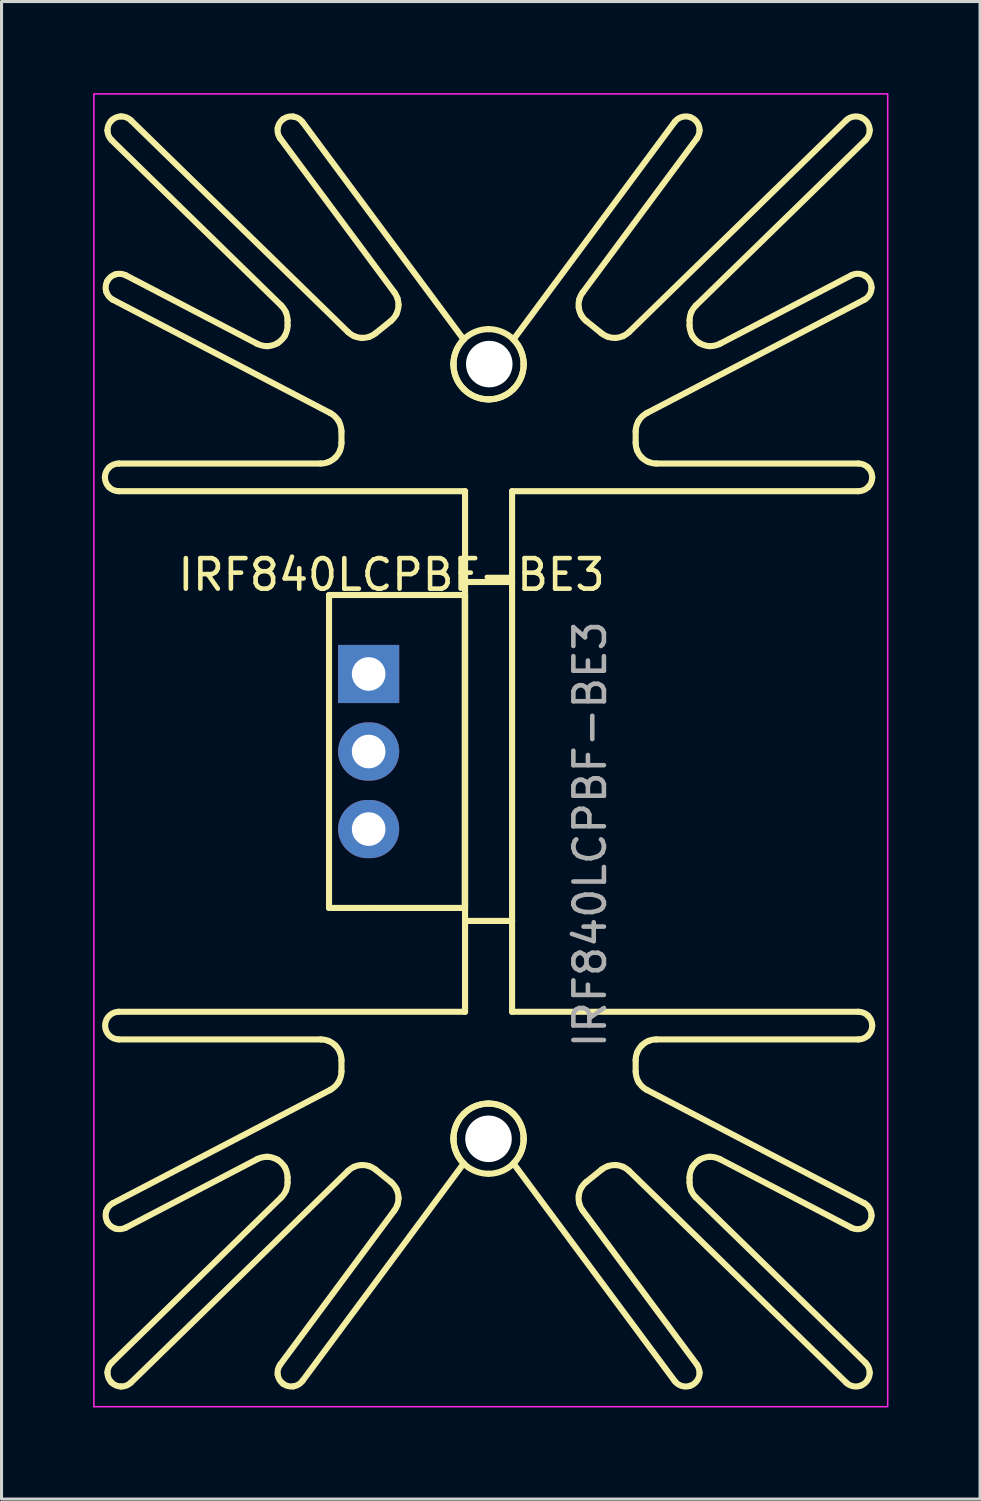
<source format=kicad_pcb>
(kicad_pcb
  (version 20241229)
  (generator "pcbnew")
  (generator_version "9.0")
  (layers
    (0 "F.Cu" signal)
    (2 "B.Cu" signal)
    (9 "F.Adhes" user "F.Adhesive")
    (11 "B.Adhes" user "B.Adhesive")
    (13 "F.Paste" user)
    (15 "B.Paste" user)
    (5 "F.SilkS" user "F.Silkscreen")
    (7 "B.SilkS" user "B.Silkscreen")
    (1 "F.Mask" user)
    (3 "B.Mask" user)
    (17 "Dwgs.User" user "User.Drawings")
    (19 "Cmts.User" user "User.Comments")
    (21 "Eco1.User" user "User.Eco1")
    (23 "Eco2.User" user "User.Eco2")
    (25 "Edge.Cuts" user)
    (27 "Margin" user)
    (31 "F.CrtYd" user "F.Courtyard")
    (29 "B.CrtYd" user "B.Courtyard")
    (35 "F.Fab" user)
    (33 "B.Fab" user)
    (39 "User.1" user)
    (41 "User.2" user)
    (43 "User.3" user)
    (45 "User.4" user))
  (footprint "IRF840LCPBF-BE3"
    (layer "F.Cu")
    (at 9.025 19.025)
    (property "Reference" "IRF840LCPBF-BE3" (at 0.75 -3.25 0) (unlocked yes) (layer "F.SilkS") (effects (font (size 1 1) (thickness 0.15))))
    (attr through_hole)
    (fp_line (start -8.419 22.561) (end -2.861 17.142) (stroke (width 0.2) (type solid)) (layer "F.SilkS"))
    (fp_line (start -8.372 17.33) (end -1.257 13.622) (stroke (width 0.2) (type solid)) (layer "F.SilkS"))
    (fp_line (start -8.186 -6.893) (end -1.571 -6.893) (stroke (width 0.2) (type solid)) (layer "F.SilkS"))
    (fp_line (start -7.953 -13.057) (end -3.649 -10.814) (stroke (width 0.2) (type solid)) (layer "F.SilkS"))
    (fp_line (start -7.786 -18.133) (end -0.676 -11.2) (stroke (width 0.2) (type solid)) (layer "F.SilkS"))
    (fp_line (start -3.649 15.89) (end -7.953 18.134) (stroke (width 0.2) (type solid)) (layer "F.SilkS"))
    (fp_line (start -2.895 22.616) (end 0.845 17.57) (stroke (width 0.2) (type solid)) (layer "F.SilkS"))
    (fp_line (start -2.861 -12.065) (end -8.419 -17.485) (stroke (width 0.2) (type solid)) (layer "F.SilkS"))
    (fp_line (start -2.656 -11.579) (end -2.656 -11.416) (stroke (width 0.2) (type solid)) (layer "F.SilkS"))
    (fp_line (start -2.656 16.493) (end -2.656 16.655) (stroke (width 0.2) (type solid)) (layer "F.SilkS"))
    (fp_line (start -2.168 -18.079) (end 3.112 -10.956) (stroke (width 0.2) (type solid)) (layer "F.SilkS"))
    (fp_line (start -1.571 11.97) (end -8.186 11.97) (stroke (width 0.2) (type solid)) (layer "F.SilkS"))
    (fp_line (start -1.298 7.663) (end -1.298 -2.587) (stroke (width 0.2) (type solid)) (layer "F.SilkS"))
    (fp_line (start -1.257 -8.546) (end -8.372 -12.254) (stroke (width 0.2) (type solid)) (layer "F.SilkS"))
    (fp_line (start -0.891 -7.943) (end -0.891 -7.573) (stroke (width 0.2) (type solid)) (layer "F.SilkS"))
    (fp_line (start -0.891 12.649) (end -0.891 13.019) (stroke (width 0.2) (type solid)) (layer "F.SilkS"))
    (fp_line (start -0.676 16.277) (end -7.786 23.209) (stroke (width 0.2) (type solid)) (layer "F.SilkS"))
    (fp_line (start -0.003 -2.587) (end -1.298 -2.587) (stroke (width 0.2) (type solid)) (layer "F.SilkS"))
    (fp_line (start -0.003 7.663) (end -1.298 7.663) (stroke (width 0.2) (type solid)) (layer "F.SilkS"))
    (fp_line (start 0.224 16.233) (end 0.724 16.636) (stroke (width 0.2) (type solid)) (layer "F.SilkS"))
    (fp_line (start 0.724 -11.559) (end 0.224 -11.157) (stroke (width 0.2) (type solid)) (layer "F.SilkS"))
    (fp_line (start 0.845 -12.494) (end -2.895 -17.539) (stroke (width 0.2) (type solid)) (layer "F.SilkS"))
    (fp_line (start 3.112 16.032) (end -2.168 23.155) (stroke (width 0.2) (type solid)) (layer "F.SilkS"))
    (fp_line (start 3.147 -2.587) (end -0.003 -2.587) (stroke (width 0.2) (type solid)) (layer "F.SilkS"))
    (fp_line (start 3.147 7.653) (end 3.157 7.653) (stroke (width 0.2) (type solid)) (layer "F.SilkS"))
    (fp_line (start 3.147 7.663) (end -0.003 7.663) (stroke (width 0.2) (type solid)) (layer "F.SilkS"))
    (fp_line (start 3.147 7.663) (end 3.147 -2.587) (stroke (width 0.2) (type solid)) (layer "F.SilkS"))
    (fp_line (start 3.157 -5.987) (end -8.186 -5.987) (stroke (width 0.2) (type solid)) (layer "F.SilkS"))
    (fp_line (start 3.157 -5.987) (end 3.157 -3.012) (stroke (width 0.2) (type solid)) (layer "F.SilkS"))
    (fp_line (start 3.157 -3.012) (end 3.157 8.088) (stroke (width 0.2) (type solid)) (layer "F.SilkS"))
    (fp_line (start 3.157 -3.012) (end 4.697 -3.012) (stroke (width 0.2) (type solid)) (layer "F.SilkS"))
    (fp_line (start 3.157 8.088) (end 3.157 11.064) (stroke (width 0.2) (type solid)) (layer "F.SilkS"))
    (fp_line (start 3.157 8.088) (end 4.697 8.088) (stroke (width 0.2) (type solid)) (layer "F.SilkS"))
    (fp_line (start 3.157 11.064) (end -8.186 11.064) (stroke (width 0.2) (type solid)) (layer "F.SilkS"))
    (fp_line (start 3.157 -2.577) (end 3.147 -2.577) (stroke (width 0.2) (type solid)) (layer "F.SilkS"))
    (fp_line (start 3.157 7.653) (end 3.157 -2.577) (stroke (width 0.2) (type solid)) (layer "F.SilkS"))
    (fp_line (start 4.697 -5.987) (end 4.697 -3.012) (stroke (width 0.2) (type solid)) (layer "F.SilkS"))
    (fp_line (start 4.697 -3.012) (end 4.697 8.088) (stroke (width 0.2) (type solid)) (layer "F.SilkS"))
    (fp_line (start 4.697 8.088) (end 4.697 11.064) (stroke (width 0.2) (type solid)) (layer "F.SilkS"))
    (fp_line (start 4.697 11.064) (end 16.04 11.064) (stroke (width 0.2) (type solid)) (layer "F.SilkS"))
    (fp_line (start 4.742 -10.956) (end 10.021 -18.079) (stroke (width 0.2) (type solid)) (layer "F.SilkS"))
    (fp_line (start 7.009 17.57) (end 10.749 22.616) (stroke (width 0.2) (type solid)) (layer "F.SilkS"))
    (fp_line (start 7.13 16.636) (end 7.63 16.233) (stroke (width 0.2) (type solid)) (layer "F.SilkS"))
    (fp_line (start 7.63 -11.157) (end 7.13 -11.559) (stroke (width 0.2) (type solid)) (layer "F.SilkS"))
    (fp_line (start 8.53 -11.2) (end 15.64 -18.133) (stroke (width 0.2) (type solid)) (layer "F.SilkS"))
    (fp_line (start 8.745 -7.573) (end 8.745 -7.943) (stroke (width 0.2) (type solid)) (layer "F.SilkS"))
    (fp_line (start 8.745 13.019) (end 8.745 12.649) (stroke (width 0.2) (type solid)) (layer "F.SilkS"))
    (fp_line (start 9.11 13.622) (end 16.226 17.33) (stroke (width 0.2) (type solid)) (layer "F.SilkS"))
    (fp_line (start 9.424 -6.893) (end 16.04 -6.893) (stroke (width 0.2) (type solid)) (layer "F.SilkS"))
    (fp_line (start 10.021 23.155) (end 4.742 16.032) (stroke (width 0.2) (type solid)) (layer "F.SilkS"))
    (fp_line (start 10.51 -11.416) (end 10.51 -11.579) (stroke (width 0.2) (type solid)) (layer "F.SilkS"))
    (fp_line (start 10.51 16.655) (end 10.51 16.493) (stroke (width 0.2) (type solid)) (layer "F.SilkS"))
    (fp_line (start 10.715 17.142) (end 16.273 22.561) (stroke (width 0.2) (type solid)) (layer "F.SilkS"))
    (fp_line (start 10.749 -17.539) (end 7.009 -12.494) (stroke (width 0.2) (type solid)) (layer "F.SilkS"))
    (fp_line (start 11.503 -10.814) (end 15.807 -13.057) (stroke (width 0.2) (type solid)) (layer "F.SilkS"))
    (fp_line (start 15.64 23.209) (end 8.53 16.277) (stroke (width 0.2) (type solid)) (layer "F.SilkS"))
    (fp_line (start 15.807 18.134) (end 11.503 15.89) (stroke (width 0.2) (type solid)) (layer "F.SilkS"))
    (fp_line (start 16.04 -5.987) (end 4.697 -5.987) (stroke (width 0.2) (type solid)) (layer "F.SilkS"))
    (fp_line (start 16.04 11.97) (end 9.424 11.97) (stroke (width 0.2) (type solid)) (layer "F.SilkS"))
    (fp_line (start 16.226 -12.254) (end 9.11 -8.546) (stroke (width 0.2) (type solid)) (layer "F.SilkS"))
    (fp_line (start 16.273 -17.485) (end 10.715 -12.065) (stroke (width 0.2) (type solid)) (layer "F.SilkS"))
    (fp_arc (start -8.18567 11.96955) (mid -8.63863 11.51659) (end -8.18567 11.06363) (stroke (width 0.2) (type solid)) (layer "F.SilkS"))
    (fp_arc (start 2.77693 -10.144) (mid 2.864089 -10.583168) (end 3.112353 -10.955767) (stroke (width 0.2) (type solid)) (layer "F.SilkS"))
    (fp_arc (start 2.77693 15.2202) (mid 3.92693 14.0702) (end 5.07693 15.2202) (stroke (width 0.2) (type solid)) (layer "F.SilkS"))
    (fp_arc (start 4.741507 -10.955767) (mid 4.989771 -10.583168) (end 5.07693 -10.144) (stroke (width 0.2) (type solid)) (layer "F.SilkS"))
    (fp_arc (start 5.07693 -10.144) (mid 3.92693 -8.994) (end 2.77693 -10.144) (stroke (width 0.2) (type solid)) (layer "F.SilkS"))
    (fp_arc (start 5.07693 15.2202) (mid 4.989771 15.659368) (end 4.741507 16.031967) (stroke (width 0.2) (type solid)) (layer "F.SilkS"))
    (fp_curve (pts (xy -8.639 -6.44) (xy -8.639 -6.559) (xy -8.59 -6.677) (xy -8.506 -6.761)) (stroke (width 0.2) (type solid)) (layer "F.SilkS"))
    (fp_curve (pts (xy -8.595 -12.52) (xy -8.63 -12.633) (xy -8.619 -12.76) (xy -8.564 -12.865)) (stroke (width 0.2) (type solid)) (layer "F.SilkS"))
    (fp_curve (pts (xy -8.595 17.596) (xy -8.559 17.483) (xy -8.477 17.385) (xy -8.372 17.33)) (stroke (width 0.2) (type solid)) (layer "F.SilkS"))
    (fp_curve (pts (xy -8.564 -12.865) (xy -8.51 -12.97) (xy -8.412 -13.052) (xy -8.299 -13.088)) (stroke (width 0.2) (type solid)) (layer "F.SilkS"))
    (fp_curve (pts (xy -8.564 17.941) (xy -8.619 17.836) (xy -8.63 17.709) (xy -8.595 17.596)) (stroke (width 0.2) (type solid)) (layer "F.SilkS"))
    (fp_curve (pts (xy -8.556 -17.803) (xy -8.557 -17.922) (xy -8.51 -18.04) (xy -8.427 -18.125)) (stroke (width 0.2) (type solid)) (layer "F.SilkS"))
    (fp_curve (pts (xy -8.556 22.879) (xy -8.554 22.761) (xy -8.504 22.644) (xy -8.419 22.561)) (stroke (width 0.2) (type solid)) (layer "F.SilkS"))
    (fp_curve (pts (xy -8.506 -6.761) (xy -8.422 -6.845) (xy -8.304 -6.893) (xy -8.186 -6.893)) (stroke (width 0.2) (type solid)) (layer "F.SilkS"))
    (fp_curve (pts (xy -8.506 -6.12) (xy -8.59 -6.204) (xy -8.639 -6.322) (xy -8.639 -6.44)) (stroke (width 0.2) (type solid)) (layer "F.SilkS"))
    (fp_curve (pts (xy -8.427 -18.125) (xy -8.344 -18.21) (xy -8.227 -18.26) (xy -8.108 -18.262)) (stroke (width 0.2) (type solid)) (layer "F.SilkS"))
    (fp_curve (pts (xy -8.427 23.201) (xy -8.51 23.116) (xy -8.557 22.998) (xy -8.556 22.879)) (stroke (width 0.2) (type solid)) (layer "F.SilkS"))
    (fp_curve (pts (xy -8.419 -17.485) (xy -8.504 -17.567) (xy -8.554 -17.685) (xy -8.556 -17.803)) (stroke (width 0.2) (type solid)) (layer "F.SilkS"))
    (fp_curve (pts (xy -8.372 -12.254) (xy -8.477 -12.309) (xy -8.559 -12.407) (xy -8.595 -12.52)) (stroke (width 0.2) (type solid)) (layer "F.SilkS"))
    (fp_curve (pts (xy -8.299 -13.088) (xy -8.186 -13.123) (xy -8.059 -13.112) (xy -7.953 -13.057)) (stroke (width 0.2) (type solid)) (layer "F.SilkS"))
    (fp_curve (pts (xy -8.299 18.164) (xy -8.412 18.128) (xy -8.51 18.046) (xy -8.564 17.941)) (stroke (width 0.2) (type solid)) (layer "F.SilkS"))
    (fp_curve (pts (xy -8.186 -5.987) (xy -8.304 -5.987) (xy -8.422 -6.036) (xy -8.506 -6.12)) (stroke (width 0.2) (type solid)) (layer "F.SilkS"))
    (fp_curve (pts (xy -8.108 -18.262) (xy -7.99 -18.263) (xy -7.871 -18.216) (xy -7.786 -18.133)) (stroke (width 0.2) (type solid)) (layer "F.SilkS"))
    (fp_curve (pts (xy -8.108 23.338) (xy -8.227 23.337) (xy -8.344 23.286) (xy -8.427 23.201)) (stroke (width 0.2) (type solid)) (layer "F.SilkS"))
    (fp_curve (pts (xy -7.953 18.134) (xy -8.059 18.188) (xy -8.186 18.2) (xy -8.299 18.164)) (stroke (width 0.2) (type solid)) (layer "F.SilkS"))
    (fp_curve (pts (xy -7.786 23.209) (xy -7.871 23.292) (xy -7.99 23.34) (xy -8.108 23.338)) (stroke (width 0.2) (type solid)) (layer "F.SilkS"))
    (fp_curve (pts (xy -3.649 15.89) (xy -3.491 15.808) (xy -3.313 15.814) (xy -3.313 15.814)) (stroke (width 0.2) (type solid)) (layer "F.SilkS"))
    (fp_curve (pts (xy -3.313 -10.737) (xy -3.491 -10.732) (xy -3.649 -10.814) (xy -3.649 -10.814)) (stroke (width 0.2) (type solid)) (layer "F.SilkS"))
    (fp_curve (pts (xy -3.313 15.814) (xy -3.135 15.819) (xy -2.983 15.912) (xy -2.983 15.912)) (stroke (width 0.2) (type solid)) (layer "F.SilkS"))
    (fp_curve (pts (xy -2.983 -10.836) (xy -3.135 -10.743) (xy -3.313 -10.737) (xy -3.313 -10.737)) (stroke (width 0.2) (type solid)) (layer "F.SilkS"))
    (fp_curve (pts (xy -2.983 15.912) (xy -2.83 16.004) (xy -2.743 16.159) (xy -2.743 16.159)) (stroke (width 0.2) (type solid)) (layer "F.SilkS"))
    (fp_curve (pts (xy -2.98 -17.876) (xy -2.962 -17.993) (xy -2.897 -18.102) (xy -2.801 -18.173)) (stroke (width 0.2) (type solid)) (layer "F.SilkS"))
    (fp_curve (pts (xy -2.98 22.952) (xy -2.997 22.835) (xy -2.966 22.711) (xy -2.895 22.616)) (stroke (width 0.2) (type solid)) (layer "F.SilkS"))
    (fp_curve (pts (xy -2.895 -17.539) (xy -2.966 -17.635) (xy -2.997 -17.758) (xy -2.98 -17.876)) (stroke (width 0.2) (type solid)) (layer "F.SilkS"))
    (fp_curve (pts (xy -2.861 -12.065) (xy -2.762 -11.97) (xy -2.709 -11.843) (xy -2.709 -11.843)) (stroke (width 0.2) (type solid)) (layer "F.SilkS"))
    (fp_curve (pts (xy -2.801 -18.173) (xy -2.706 -18.244) (xy -2.582 -18.275) (xy -2.465 -18.257)) (stroke (width 0.2) (type solid)) (layer "F.SilkS"))
    (fp_curve (pts (xy -2.801 23.249) (xy -2.897 23.179) (xy -2.962 23.069) (xy -2.98 22.952)) (stroke (width 0.2) (type solid)) (layer "F.SilkS"))
    (fp_curve (pts (xy -2.743 -11.083) (xy -2.83 -10.928) (xy -2.983 -10.836) (xy -2.983 -10.836)) (stroke (width 0.2) (type solid)) (layer "F.SilkS"))
    (fp_curve (pts (xy -2.743 16.159) (xy -2.656 16.315) (xy -2.656 16.493) (xy -2.656 16.493)) (stroke (width 0.2) (type solid)) (layer "F.SilkS"))
    (fp_curve (pts (xy -2.709 -11.843) (xy -2.656 -11.715) (xy -2.656 -11.579) (xy -2.656 -11.579)) (stroke (width 0.2) (type solid)) (layer "F.SilkS"))
    (fp_curve (pts (xy -2.709 16.919) (xy -2.763 17.046) (xy -2.861 17.142) (xy -2.861 17.142)) (stroke (width 0.2) (type solid)) (layer "F.SilkS"))
    (fp_curve (pts (xy -2.656 -11.416) (xy -2.655 -11.238) (xy -2.743 -11.083) (xy -2.743 -11.083)) (stroke (width 0.2) (type solid)) (layer "F.SilkS"))
    (fp_curve (pts (xy -2.656 16.655) (xy -2.655 16.793) (xy -2.709 16.919) (xy -2.709 16.919)) (stroke (width 0.2) (type solid)) (layer "F.SilkS"))
    (fp_curve (pts (xy -2.465 -18.257) (xy -2.348 -18.24) (xy -2.238 -18.174) (xy -2.168 -18.079)) (stroke (width 0.2) (type solid)) (layer "F.SilkS"))
    (fp_curve (pts (xy -2.465 23.333) (xy -2.582 23.351) (xy -2.706 23.32) (xy -2.801 23.249)) (stroke (width 0.2) (type solid)) (layer "F.SilkS"))
    (fp_curve (pts (xy -2.168 23.155) (xy -2.238 23.25) (xy -2.348 23.316) (xy -2.465 23.333)) (stroke (width 0.2) (type solid)) (layer "F.SilkS"))
    (fp_curve (pts (xy -1.571 11.97) (xy -1.484 11.97) (xy -1.401 11.985) (xy -1.32 12.017)) (stroke (width 0.2) (type solid)) (layer "F.SilkS"))
    (fp_curve (pts (xy -1.32 -6.941) (xy -1.401 -6.909) (xy -1.484 -6.893) (xy -1.571 -6.893)) (stroke (width 0.2) (type solid)) (layer "F.SilkS"))
    (fp_curve (pts (xy -1.32 12.017) (xy -1.233 12.052) (xy -1.156 12.102) (xy -1.09 12.169)) (stroke (width 0.2) (type solid)) (layer "F.SilkS"))
    (fp_curve (pts (xy -1.257 -8.546) (xy -1.088 -8.458) (xy -0.99 -8.295) (xy -0.99 -8.295)) (stroke (width 0.2) (type solid)) (layer "F.SilkS"))
    (fp_curve (pts (xy -1.09 -7.092) (xy -1.157 -7.026) (xy -1.234 -6.975) (xy -1.32 -6.941)) (stroke (width 0.2) (type solid)) (layer "F.SilkS"))
    (fp_curve (pts (xy -1.09 12.169) (xy -1.024 12.235) (xy -0.973 12.312) (xy -0.939 12.399)) (stroke (width 0.2) (type solid)) (layer "F.SilkS"))
    (fp_curve (pts (xy -0.99 -8.295) (xy -0.891 -8.132) (xy -0.891 -7.943) (xy -0.891 -7.943)) (stroke (width 0.2) (type solid)) (layer "F.SilkS"))
    (fp_curve (pts (xy -0.99 13.371) (xy -1.089 13.534) (xy -1.257 13.622) (xy -1.257 13.622)) (stroke (width 0.2) (type solid)) (layer "F.SilkS"))
    (fp_curve (pts (xy -0.939 -7.323) (xy -0.973 -7.235) (xy -1.024 -7.159) (xy -1.09 -7.092)) (stroke (width 0.2) (type solid)) (layer "F.SilkS"))
    (fp_curve (pts (xy -0.939 12.399) (xy -0.907 12.479) (xy -0.891 12.563) (xy -0.891 12.649)) (stroke (width 0.2) (type solid)) (layer "F.SilkS"))
    (fp_curve (pts (xy -0.891 -7.573) (xy -0.891 -7.486) (xy -0.907 -7.403) (xy -0.939 -7.323)) (stroke (width 0.2) (type solid)) (layer "F.SilkS"))
    (fp_curve (pts (xy -0.891 13.019) (xy -0.891 13.209) (xy -0.99 13.371) (xy -0.99 13.371)) (stroke (width 0.2) (type solid)) (layer "F.SilkS"))
    (fp_curve (pts (xy -0.676 16.277) (xy -0.59 16.193) (xy -0.481 16.143) (xy -0.481 16.143)) (stroke (width 0.2) (type solid)) (layer "F.SilkS"))
    (fp_curve (pts (xy -0.481 -11.067) (xy -0.59 -11.117) (xy -0.676 -11.2) (xy -0.676 -11.2)) (stroke (width 0.2) (type solid)) (layer "F.SilkS"))
    (fp_curve (pts (xy -0.481 16.143) (xy -0.363 16.091) (xy -0.234 16.084) (xy -0.234 16.084)) (stroke (width 0.2) (type solid)) (layer "F.SilkS"))
    (fp_curve (pts (xy -0.234 -11.008) (xy -0.364 -11.015) (xy -0.481 -11.067) (xy -0.481 -11.067)) (stroke (width 0.2) (type solid)) (layer "F.SilkS"))
    (fp_curve (pts (xy -0.234 16.084) (xy -0.105 16.078) (xy 0.016 16.12) (xy 0.016 16.12)) (stroke (width 0.2) (type solid)) (layer "F.SilkS"))
    (fp_curve (pts (xy 0.016 -11.043) (xy -0.106 -11.002) (xy -0.234 -11.008) (xy -0.234 -11.008)) (stroke (width 0.2) (type solid)) (layer "F.SilkS"))
    (fp_curve (pts (xy 0.016 16.12) (xy 0.13 16.158) (xy 0.224 16.233) (xy 0.224 16.233)) (stroke (width 0.2) (type solid)) (layer "F.SilkS"))
    (fp_curve (pts (xy 0.224 -11.157) (xy 0.13 -11.082) (xy 0.016 -11.043) (xy 0.016 -11.043)) (stroke (width 0.2) (type solid)) (layer "F.SilkS"))
    (fp_curve (pts (xy 0.724 16.636) (xy 0.838 16.725) (xy 0.907 16.863) (xy 0.907 16.863)) (stroke (width 0.2) (type solid)) (layer "F.SilkS"))
    (fp_curve (pts (xy 0.845 -12.494) (xy 0.908 -12.408) (xy 0.942 -12.309) (xy 0.942 -12.309)) (stroke (width 0.2) (type solid)) (layer "F.SilkS"))
    (fp_curve (pts (xy 0.907 16.863) (xy 0.978 17.006) (xy 0.978 17.165) (xy 0.978 17.165)) (stroke (width 0.2) (type solid)) (layer "F.SilkS"))
    (fp_curve (pts (xy 0.907 -11.787) (xy 0.838 -11.649) (xy 0.724 -11.559) (xy 0.724 -11.559)) (stroke (width 0.2) (type solid)) (layer "F.SilkS"))
    (fp_curve (pts (xy 0.942 17.385) (xy 0.908 17.485) (xy 0.845 17.57) (xy 0.845 17.57)) (stroke (width 0.2) (type solid)) (layer "F.SilkS"))
    (fp_curve (pts (xy 0.942 -12.309) (xy 0.977 -12.206) (xy 0.978 -12.089) (xy 0.978 -12.089)) (stroke (width 0.2) (type solid)) (layer "F.SilkS"))
    (fp_curve (pts (xy 0.978 17.165) (xy 0.977 17.282) (xy 0.942 17.385) (xy 0.942 17.385)) (stroke (width 0.2) (type solid)) (layer "F.SilkS"))
    (fp_curve (pts (xy 0.978 -12.089) (xy 0.978 -11.93) (xy 0.907 -11.787) (xy 0.907 -11.787)) (stroke (width 0.2) (type solid)) (layer "F.SilkS"))
    (fp_curve (pts (xy 2.777 -10.144) (xy 2.776 -10.445) (xy 2.9 -10.745) (xy 3.114 -10.957)) (stroke (width 0.2) (type solid)) (layer "F.SilkS"))
    (fp_curve (pts (xy 2.777 15.22) (xy 2.776 15.521) (xy 2.899 15.82) (xy 3.112 16.032)) (stroke (width 0.2) (type solid)) (layer "F.SilkS"))
    (fp_curve (pts (xy 2.777 15.22) (xy 2.776 14.919) (xy 2.9 14.62) (xy 3.114 14.407)) (stroke (width 0.2) (type solid)) (layer "F.SilkS"))
    (fp_curve (pts (xy 3.114 -10.957) (xy 3.326 -11.171) (xy 3.625 -11.295) (xy 3.927 -11.294)) (stroke (width 0.2) (type solid)) (layer "F.SilkS"))
    (fp_curve (pts (xy 3.114 -9.331) (xy 2.9 -9.543) (xy 2.776 -9.842) (xy 2.777 -10.144)) (stroke (width 0.2) (type solid)) (layer "F.SilkS"))
    (fp_curve (pts (xy 3.114 14.407) (xy 3.326 14.193) (xy 3.625 14.069) (xy 3.927 14.07)) (stroke (width 0.2) (type solid)) (layer "F.SilkS"))
    (fp_curve (pts (xy 3.114 16.033) (xy 2.9 15.821) (xy 2.776 15.522) (xy 2.777 15.22)) (stroke (width 0.2) (type solid)) (layer "F.SilkS"))
    (fp_curve (pts (xy 3.927 -11.294) (xy 4.228 -11.295) (xy 4.528 -11.171) (xy 4.74 -10.957)) (stroke (width 0.2) (type solid)) (layer "F.SilkS"))
    (fp_curve (pts (xy 3.927 -8.994) (xy 3.625 -8.993) (xy 3.326 -9.117) (xy 3.114 -9.331)) (stroke (width 0.2) (type solid)) (layer "F.SilkS"))
    (fp_curve (pts (xy 3.927 14.07) (xy 4.228 14.069) (xy 4.528 14.193) (xy 4.74 14.407)) (stroke (width 0.2) (type solid)) (layer "F.SilkS"))
    (fp_curve (pts (xy 3.927 16.37) (xy 3.625 16.371) (xy 3.326 16.247) (xy 3.114 16.033)) (stroke (width 0.2) (type solid)) (layer "F.SilkS"))
    (fp_curve (pts (xy 4.74 -10.957) (xy 4.954 -10.745) (xy 5.078 -10.445) (xy 5.077 -10.144)) (stroke (width 0.2) (type solid)) (layer "F.SilkS"))
    (fp_curve (pts (xy 4.74 -9.331) (xy 4.528 -9.117) (xy 4.228 -8.993) (xy 3.927 -8.994)) (stroke (width 0.2) (type solid)) (layer "F.SilkS"))
    (fp_curve (pts (xy 4.74 14.407) (xy 4.954 14.62) (xy 5.078 14.919) (xy 5.077 15.22)) (stroke (width 0.2) (type solid)) (layer "F.SilkS"))
    (fp_curve (pts (xy 4.74 16.033) (xy 4.528 16.247) (xy 4.228 16.371) (xy 3.927 16.37)) (stroke (width 0.2) (type solid)) (layer "F.SilkS"))
    (fp_curve (pts (xy 5.077 -10.144) (xy 5.078 -9.842) (xy 4.954 -9.543) (xy 4.74 -9.331)) (stroke (width 0.2) (type solid)) (layer "F.SilkS"))
    (fp_curve (pts (xy 5.077 15.22) (xy 5.078 15.522) (xy 4.954 15.821) (xy 4.74 16.033)) (stroke (width 0.2) (type solid)) (layer "F.SilkS"))
    (fp_curve (pts (xy 6.881 -12.002) (xy 6.87 -12.093) (xy 6.876 -12.182) (xy 6.9 -12.27)) (stroke (width 0.2) (type solid)) (layer "F.SilkS"))
    (fp_curve (pts (xy 6.881 17.078) (xy 6.893 16.988) (xy 6.922 16.903) (xy 6.967 16.824)) (stroke (width 0.2) (type solid)) (layer "F.SilkS"))
    (fp_curve (pts (xy 6.9 -12.27) (xy 6.923 -12.351) (xy 6.959 -12.426) (xy 7.009 -12.494)) (stroke (width 0.2) (type solid)) (layer "F.SilkS"))
    (fp_curve (pts (xy 6.9 17.346) (xy 6.876 17.258) (xy 6.869 17.169) (xy 6.881 17.078)) (stroke (width 0.2) (type solid)) (layer "F.SilkS"))
    (fp_curve (pts (xy 6.967 -11.748) (xy 6.921 -11.827) (xy 6.893 -11.912) (xy 6.881 -12.002)) (stroke (width 0.2) (type solid)) (layer "F.SilkS"))
    (fp_curve (pts (xy 6.967 16.824) (xy 7.01 16.751) (xy 7.064 16.688) (xy 7.13 16.636)) (stroke (width 0.2) (type solid)) (layer "F.SilkS"))
    (fp_curve (pts (xy 7.009 17.57) (xy 6.959 17.502) (xy 6.923 17.428) (xy 6.9 17.346)) (stroke (width 0.2) (type solid)) (layer "F.SilkS"))
    (fp_curve (pts (xy 7.13 -11.559) (xy 7.063 -11.613) (xy 7.01 -11.675) (xy 6.967 -11.748)) (stroke (width 0.2) (type solid)) (layer "F.SilkS"))
    (fp_curve (pts (xy 7.63 16.233) (xy 7.724 16.158) (xy 7.838 16.12) (xy 7.838 16.12)) (stroke (width 0.2) (type solid)) (layer "F.SilkS"))
    (fp_curve (pts (xy 7.838 -11.043) (xy 7.724 -11.082) (xy 7.63 -11.157) (xy 7.63 -11.157)) (stroke (width 0.2) (type solid)) (layer "F.SilkS"))
    (fp_curve (pts (xy 7.838 16.12) (xy 7.96 16.078) (xy 8.088 16.084) (xy 8.088 16.084)) (stroke (width 0.2) (type solid)) (layer "F.SilkS"))
    (fp_curve (pts (xy 8.088 -11.008) (xy 7.959 -11.002) (xy 7.838 -11.043) (xy 7.838 -11.043)) (stroke (width 0.2) (type solid)) (layer "F.SilkS"))
    (fp_curve (pts (xy 8.088 16.084) (xy 8.218 16.091) (xy 8.334 16.143) (xy 8.334 16.143)) (stroke (width 0.2) (type solid)) (layer "F.SilkS"))
    (fp_curve (pts (xy 8.334 -11.067) (xy 8.217 -11.014) (xy 8.088 -11.008) (xy 8.088 -11.008)) (stroke (width 0.2) (type solid)) (layer "F.SilkS"))
    (fp_curve (pts (xy 8.334 16.143) (xy 8.444 16.193) (xy 8.53 16.277) (xy 8.53 16.277)) (stroke (width 0.2) (type solid)) (layer "F.SilkS"))
    (fp_curve (pts (xy 8.53 -11.2) (xy 8.444 -11.117) (xy 8.334 -11.067) (xy 8.334 -11.067)) (stroke (width 0.2) (type solid)) (layer "F.SilkS"))
    (fp_curve (pts (xy 8.745 -7.943) (xy 8.744 -8.133) (xy 8.844 -8.295) (xy 8.844 -8.295)) (stroke (width 0.2) (type solid)) (layer "F.SilkS"))
    (fp_curve (pts (xy 8.745 12.649) (xy 8.745 12.562) (xy 8.761 12.48) (xy 8.793 12.399)) (stroke (width 0.2) (type solid)) (layer "F.SilkS"))
    (fp_curve (pts (xy 8.793 -7.323) (xy 8.761 -7.403) (xy 8.745 -7.487) (xy 8.745 -7.573)) (stroke (width 0.2) (type solid)) (layer "F.SilkS"))
    (fp_curve (pts (xy 8.793 12.399) (xy 8.827 12.312) (xy 8.878 12.235) (xy 8.944 12.169)) (stroke (width 0.2) (type solid)) (layer "F.SilkS"))
    (fp_curve (pts (xy 8.844 -8.295) (xy 8.943 -8.458) (xy 9.11 -8.546) (xy 9.11 -8.546)) (stroke (width 0.2) (type solid)) (layer "F.SilkS"))
    (fp_curve (pts (xy 8.844 13.371) (xy 8.745 13.208) (xy 8.745 13.019) (xy 8.745 13.019)) (stroke (width 0.2) (type solid)) (layer "F.SilkS"))
    (fp_curve (pts (xy 8.944 -7.092) (xy 8.877 -7.159) (xy 8.827 -7.236) (xy 8.793 -7.323)) (stroke (width 0.2) (type solid)) (layer "F.SilkS"))
    (fp_curve (pts (xy 8.944 12.169) (xy 9.011 12.102) (xy 9.088 12.052) (xy 9.174 12.017)) (stroke (width 0.2) (type solid)) (layer "F.SilkS"))
    (fp_curve (pts (xy 9.11 13.622) (xy 8.941 13.534) (xy 8.844 13.371) (xy 8.844 13.371)) (stroke (width 0.2) (type solid)) (layer "F.SilkS"))
    (fp_curve (pts (xy 9.174 -6.941) (xy 9.087 -6.976) (xy 9.01 -7.026) (xy 8.944 -7.092)) (stroke (width 0.2) (type solid)) (layer "F.SilkS"))
    (fp_curve (pts (xy 9.174 12.017) (xy 9.255 11.985) (xy 9.338 11.97) (xy 9.424 11.97)) (stroke (width 0.2) (type solid)) (layer "F.SilkS"))
    (fp_curve (pts (xy 9.424 -6.893) (xy 9.337 -6.894) (xy 9.255 -6.909) (xy 9.174 -6.941)) (stroke (width 0.2) (type solid)) (layer "F.SilkS"))
    (fp_curve (pts (xy 10.021 -18.079) (xy 10.133 -18.233) (xy 10.347 -18.301) (xy 10.527 -18.239)) (stroke (width 0.2) (type solid)) (layer "F.SilkS"))
    (fp_curve (pts (xy 10.51 -11.579) (xy 10.509 -11.716) (xy 10.563 -11.843) (xy 10.563 -11.843)) (stroke (width 0.2) (type solid)) (layer "F.SilkS"))
    (fp_curve (pts (xy 10.51 16.493) (xy 10.509 16.315) (xy 10.597 16.159) (xy 10.597 16.159)) (stroke (width 0.2) (type solid)) (layer "F.SilkS"))
    (fp_curve (pts (xy 10.527 -18.239) (xy 10.709 -18.182) (xy 10.841 -18) (xy 10.838 -17.809)) (stroke (width 0.2) (type solid)) (layer "F.SilkS"))
    (fp_curve (pts (xy 10.527 23.315) (xy 10.347 23.378) (xy 10.133 23.31) (xy 10.021 23.155)) (stroke (width 0.2) (type solid)) (layer "F.SilkS"))
    (fp_curve (pts (xy 10.563 -11.843) (xy 10.617 -11.97) (xy 10.715 -12.065) (xy 10.715 -12.065)) (stroke (width 0.2) (type solid)) (layer "F.SilkS"))
    (fp_curve (pts (xy 10.563 16.919) (xy 10.51 16.791) (xy 10.51 16.655) (xy 10.51 16.655)) (stroke (width 0.2) (type solid)) (layer "F.SilkS"))
    (fp_curve (pts (xy 10.597 -11.083) (xy 10.51 -11.239) (xy 10.51 -11.416) (xy 10.51 -11.416)) (stroke (width 0.2) (type solid)) (layer "F.SilkS"))
    (fp_curve (pts (xy 10.597 16.159) (xy 10.684 16.004) (xy 10.837 15.912) (xy 10.837 15.912)) (stroke (width 0.2) (type solid)) (layer "F.SilkS"))
    (fp_curve (pts (xy 10.715 17.142) (xy 10.616 17.046) (xy 10.563 16.919) (xy 10.563 16.919)) (stroke (width 0.2) (type solid)) (layer "F.SilkS"))
    (fp_curve (pts (xy 10.749 22.616) (xy 10.837 22.736) (xy 10.838 22.885) (xy 10.838 22.885)) (stroke (width 0.2) (type solid)) (layer "F.SilkS"))
    (fp_curve (pts (xy 10.837 -10.836) (xy 10.684 -10.928) (xy 10.597 -11.083) (xy 10.597 -11.083)) (stroke (width 0.2) (type solid)) (layer "F.SilkS"))
    (fp_curve (pts (xy 10.837 15.912) (xy 10.989 15.819) (xy 11.167 15.814) (xy 11.167 15.814)) (stroke (width 0.2) (type solid)) (layer "F.SilkS"))
    (fp_curve (pts (xy 10.838 22.885) (xy 10.841 23.076) (xy 10.709 23.258) (xy 10.527 23.315)) (stroke (width 0.2) (type solid)) (layer "F.SilkS"))
    (fp_curve (pts (xy 10.838 -17.809) (xy 10.837 -17.66) (xy 10.749 -17.539) (xy 10.749 -17.539)) (stroke (width 0.2) (type solid)) (layer "F.SilkS"))
    (fp_curve (pts (xy 11.167 -10.737) (xy 10.989 -10.743) (xy 10.837 -10.836) (xy 10.837 -10.836)) (stroke (width 0.2) (type solid)) (layer "F.SilkS"))
    (fp_curve (pts (xy 11.167 15.814) (xy 11.345 15.808) (xy 11.503 15.89) (xy 11.503 15.89)) (stroke (width 0.2) (type solid)) (layer "F.SilkS"))
    (fp_curve (pts (xy 11.503 -10.814) (xy 11.345 -10.732) (xy 11.167 -10.737) (xy 11.167 -10.737)) (stroke (width 0.2) (type solid)) (layer "F.SilkS"))
    (fp_curve (pts (xy 15.64 -18.133) (xy 15.766 -18.259) (xy 15.969 -18.297) (xy 16.133 -18.226)) (stroke (width 0.2) (type solid)) (layer "F.SilkS"))
    (fp_curve (pts (xy 15.807 -13.057) (xy 15.945 -13.13) (xy 16.119 -13.125) (xy 16.252 -13.043)) (stroke (width 0.2) (type solid)) (layer "F.SilkS"))
    (fp_curve (pts (xy 16.04 -6.893) (xy 16.158 -6.893) (xy 16.276 -6.845) (xy 16.36 -6.761)) (stroke (width 0.2) (type solid)) (layer "F.SilkS"))
    (fp_curve (pts (xy 16.04 11.064) (xy 16.158 11.064) (xy 16.276 11.112) (xy 16.36 11.196)) (stroke (width 0.2) (type solid)) (layer "F.SilkS"))
    (fp_curve (pts (xy 16.133 -18.226) (xy 16.297 -18.159) (xy 16.412 -17.987) (xy 16.41 -17.809)) (stroke (width 0.2) (type solid)) (layer "F.SilkS"))
    (fp_curve (pts (xy 16.133 23.302) (xy 15.969 23.374) (xy 15.766 23.335) (xy 15.64 23.209)) (stroke (width 0.2) (type solid)) (layer "F.SilkS"))
    (fp_curve (pts (xy 16.226 17.33) (xy 16.374 17.405) (xy 16.471 17.566) (xy 16.47 17.732)) (stroke (width 0.2) (type solid)) (layer "F.SilkS"))
    (fp_curve (pts (xy 16.252 -13.043) (xy 16.385 -12.963) (xy 16.471 -12.811) (xy 16.47 -12.656)) (stroke (width 0.2) (type solid)) (layer "F.SilkS"))
    (fp_curve (pts (xy 16.252 18.119) (xy 16.119 18.201) (xy 15.945 18.206) (xy 15.807 18.134)) (stroke (width 0.2) (type solid)) (layer "F.SilkS"))
    (fp_curve (pts (xy 16.273 22.561) (xy 16.359 22.645) (xy 16.41 22.765) (xy 16.41 22.885)) (stroke (width 0.2) (type solid)) (layer "F.SilkS"))
    (fp_curve (pts (xy 16.36 -6.761) (xy 16.444 -6.677) (xy 16.493 -6.559) (xy 16.493 -6.44)) (stroke (width 0.2) (type solid)) (layer "F.SilkS"))
    (fp_curve (pts (xy 16.36 -6.12) (xy 16.276 -6.036) (xy 16.158 -5.987) (xy 16.04 -5.987)) (stroke (width 0.2) (type solid)) (layer "F.SilkS"))
    (fp_curve (pts (xy 16.36 11.196) (xy 16.444 11.28) (xy 16.493 11.398) (xy 16.493 11.517)) (stroke (width 0.2) (type solid)) (layer "F.SilkS"))
    (fp_curve (pts (xy 16.36 11.837) (xy 16.276 11.921) (xy 16.158 11.97) (xy 16.04 11.97)) (stroke (width 0.2) (type solid)) (layer "F.SilkS"))
    (fp_curve (pts (xy 16.41 -17.809) (xy 16.41 -17.688) (xy 16.359 -17.569) (xy 16.273 -17.485)) (stroke (width 0.2) (type solid)) (layer "F.SilkS"))
    (fp_curve (pts (xy 16.41 22.885) (xy 16.412 23.063) (xy 16.297 23.235) (xy 16.133 23.302)) (stroke (width 0.2) (type solid)) (layer "F.SilkS"))
    (fp_curve (pts (xy 16.47 -12.656) (xy 16.471 -12.49) (xy 16.374 -12.329) (xy 16.226 -12.254)) (stroke (width 0.2) (type solid)) (layer "F.SilkS"))
    (fp_curve (pts (xy 16.47 17.732) (xy 16.471 17.887) (xy 16.385 18.04) (xy 16.252 18.119)) (stroke (width 0.2) (type solid)) (layer "F.SilkS"))
    (fp_curve (pts (xy 16.493 -6.44) (xy 16.493 -6.322) (xy 16.444 -6.204) (xy 16.36 -6.12)) (stroke (width 0.2) (type solid)) (layer "F.SilkS"))
    (fp_curve (pts (xy 16.493 11.517) (xy 16.493 11.635) (xy 16.444 11.753) (xy 16.36 11.837)) (stroke (width 0.2) (type solid)) (layer "F.SilkS"))
    (fp_rect (start -9 24) (end 17 -19) (stroke (width 0.05) (type default)) (fill no) (layer "F.CrtYd"))
    (fp_text user "${REFERENCE}" (at 7.25 5.25 90) (unlocked yes) (layer "F.Fab") (effects (font (size 1 1) (thickness 0.15))))
    (pad "" np_thru_hole circle (at 3.925 15.225) (size 1.524 1.524) (drill 2.3) (layers "*.Cu" "*.Mask"))
    (pad "" np_thru_hole circle (at 3.95 -10.15) (size 1.524 1.524) (drill 2.3) (layers "*.Cu" "*.Mask"))
    (pad "1" thru_hole rect (at 0 0 270) (size 1.905 2) (drill 1.1) (layers "*.Cu" "*.Mask"))
    (pad "2" thru_hole oval (at 0 2.54 270) (size 1.905 2) (drill 1.1) (layers "*.Cu" "*.Mask"))
    (pad "3" thru_hole oval (at 0 5.08 270) (size 1.905 2) (drill 1.1) (layers "*.Cu" "*.Mask")))
  (gr_rect
    (start -3 -3)
    (end 29.05 46.05)
    (stroke (width 0.1) (type default))
    (fill no)
    (layer "Edge.Cuts")))
</source>
